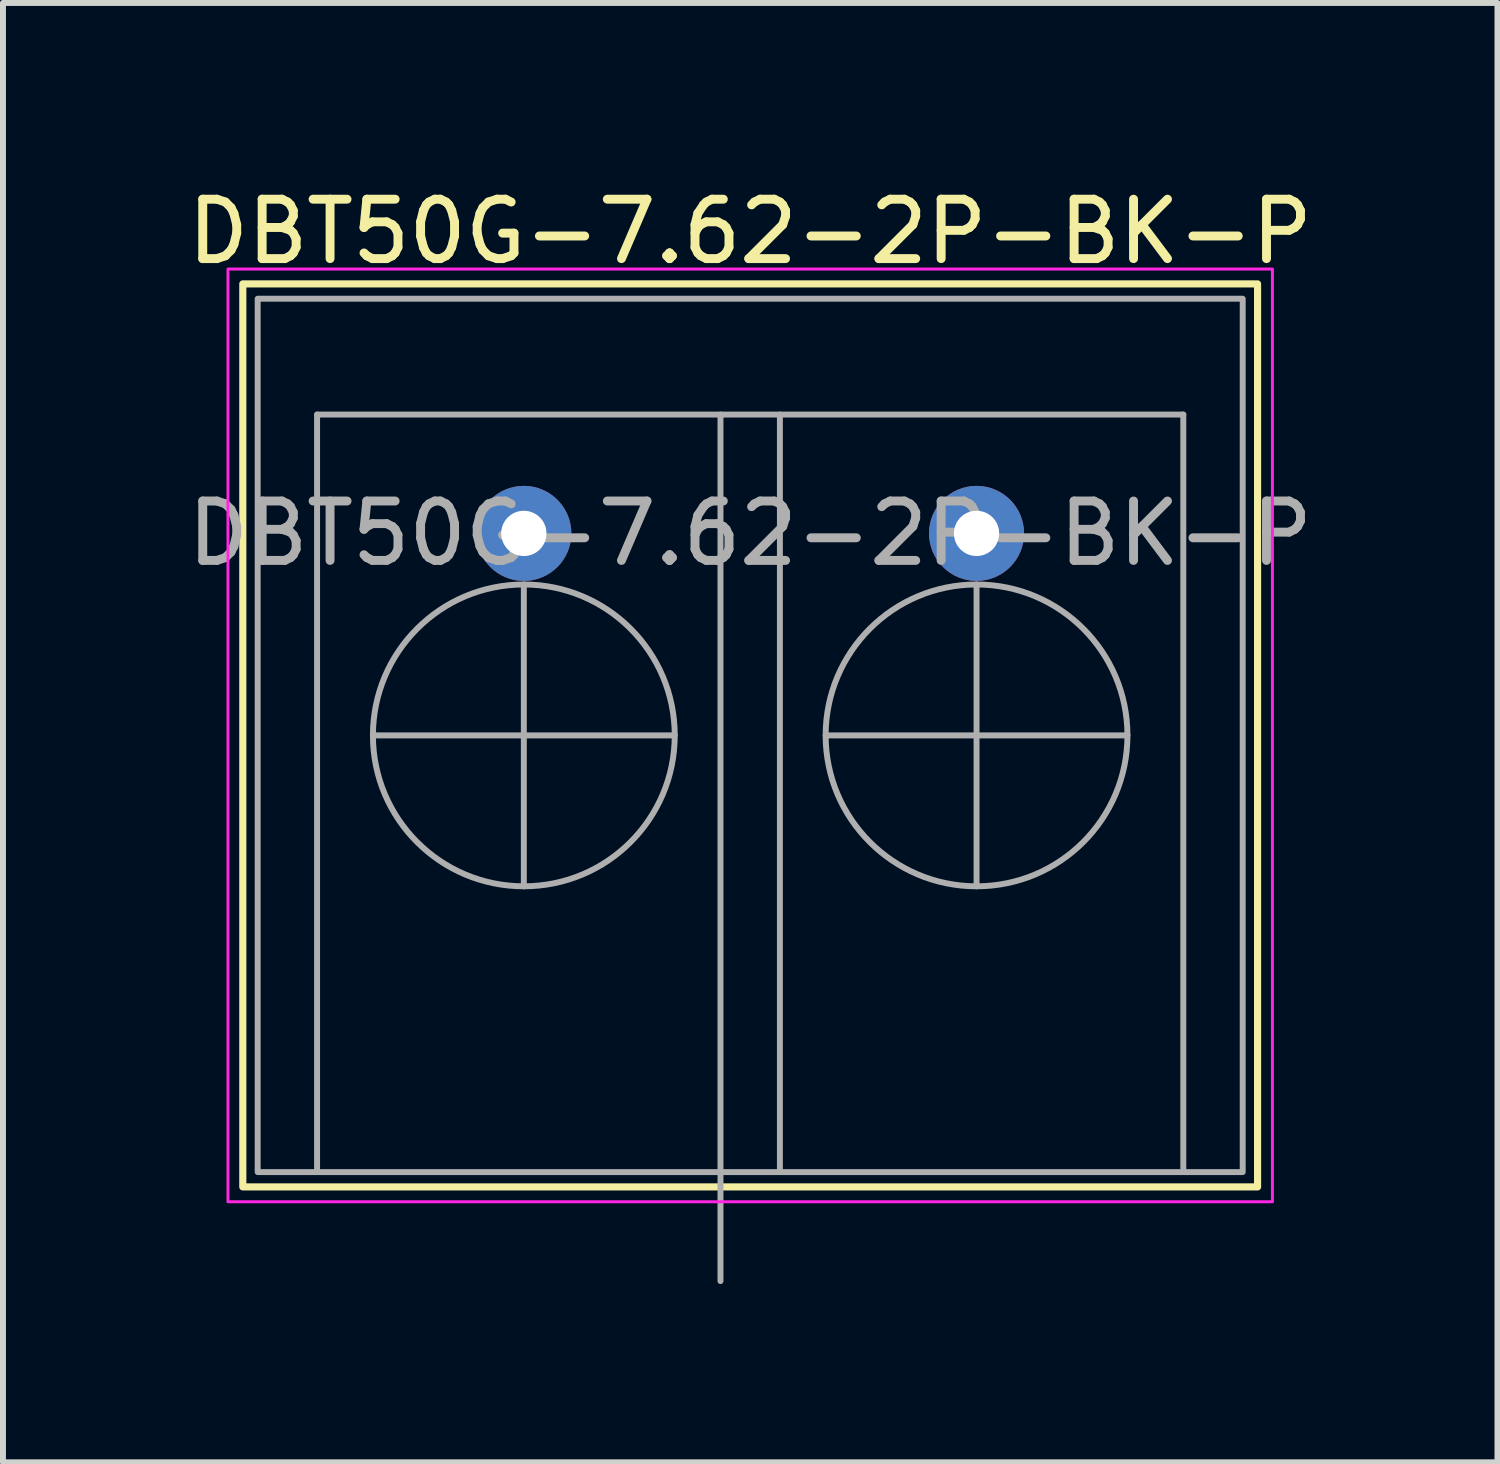
<source format=kicad_pcb>
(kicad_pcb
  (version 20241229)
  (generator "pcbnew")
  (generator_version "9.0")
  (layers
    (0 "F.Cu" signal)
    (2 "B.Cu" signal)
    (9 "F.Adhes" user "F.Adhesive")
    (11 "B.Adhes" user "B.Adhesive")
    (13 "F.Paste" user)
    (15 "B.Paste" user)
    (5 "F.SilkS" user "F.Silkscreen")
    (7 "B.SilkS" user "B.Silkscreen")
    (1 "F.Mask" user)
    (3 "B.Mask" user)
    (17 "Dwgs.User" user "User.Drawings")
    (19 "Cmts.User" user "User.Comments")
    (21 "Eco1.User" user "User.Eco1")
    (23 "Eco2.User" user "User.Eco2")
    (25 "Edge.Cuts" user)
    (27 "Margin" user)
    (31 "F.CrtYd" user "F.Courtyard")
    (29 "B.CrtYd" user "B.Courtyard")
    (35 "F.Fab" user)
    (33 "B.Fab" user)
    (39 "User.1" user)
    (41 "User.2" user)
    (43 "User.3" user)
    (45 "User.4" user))
  (footprint "DBT50G-7.62-2P-BK-P"
    (layer "F.Cu")
    (at 9.577 9.328)
    (property "Reference" "DBT50G-7.62-2P-BK-P" (at 0 -8.48 0) (unlocked yes) (layer "F.SilkS") (effects (font (size 1 1) (thickness 0.15))))
    (attr through_hole)
    (fp_rect (start -8.54 -7.6) (end 8.54 7.6) (stroke (width 0.12) (type solid)) (fill no) (layer "F.SilkS"))
    (fp_rect (start -8.79 -7.85) (end 8.79 7.85) (stroke (width 0.05) (type solid)) (fill no) (layer "F.CrtYd"))
    (fp_line (start -7.29 -5.4) (end -7.29 7.35) (stroke (width 0.1) (type solid)) (layer "F.Fab"))
    (fp_line (start -7.29 -5.4) (end 7.29 -5.4) (stroke (width 0.1) (type solid)) (layer "F.Fab"))
    (fp_line (start -6.35 0) (end -1.27 0) (stroke (width 0.1) (type solid)) (layer "F.Fab"))
    (fp_line (start -3.81 2.54) (end -3.81 -2.54) (stroke (width 0.1) (type solid)) (layer "F.Fab"))
    (fp_line (start -0.5 -5.4) (end -0.5 9.185) (stroke (width 0.1) (type solid)) (layer "F.Fab"))
    (fp_line (start 0.5 -5.4) (end 0.5 7.35) (stroke (width 0.1) (type solid)) (layer "F.Fab"))
    (fp_line (start 1.27 0) (end 6.35 0) (stroke (width 0.1) (type solid)) (layer "F.Fab"))
    (fp_line (start 3.81 -2.54) (end 3.81 2.54) (stroke (width 0.1) (type solid)) (layer "F.Fab"))
    (fp_line (start 7.29 -5.4) (end 7.29 7.35) (stroke (width 0.1) (type solid)) (layer "F.Fab"))
    (fp_rect (start -8.29 -7.35) (end 8.29 7.35) (stroke (width 0.1) (type solid)) (fill no) (layer "F.Fab"))
    (fp_circle (center -3.81 0) (end -1.27 0) (stroke (width 0.1) (type solid)) (fill no) (layer "F.Fab"))
    (fp_circle (center 3.81 0) (end 6.35 0) (stroke (width 0.1) (type solid)) (fill no) (layer "F.Fab"))
    (fp_text user "${REFERENCE}" (at 0 -3.4 0) (unlocked yes) (layer "F.Fab") (effects (font (size 1 1) (thickness 0.15))))
    (pad "1" thru_hole circle (at -3.81 -3.4) (size 1.6 1.6) (drill 0.762) (layers "*.Cu" "*.Mask"))
    (pad "1" thru_hole circle (at 3.81 -3.4) (size 1.6 1.6) (drill 0.762) (layers "*.Cu" "*.Mask")))
  (gr_rect
    (start -3 -3)
    (end 22.155 21.563)
    (stroke (width 0.1) (type default))
    (fill no)
    (layer "Edge.Cuts")))
</source>
